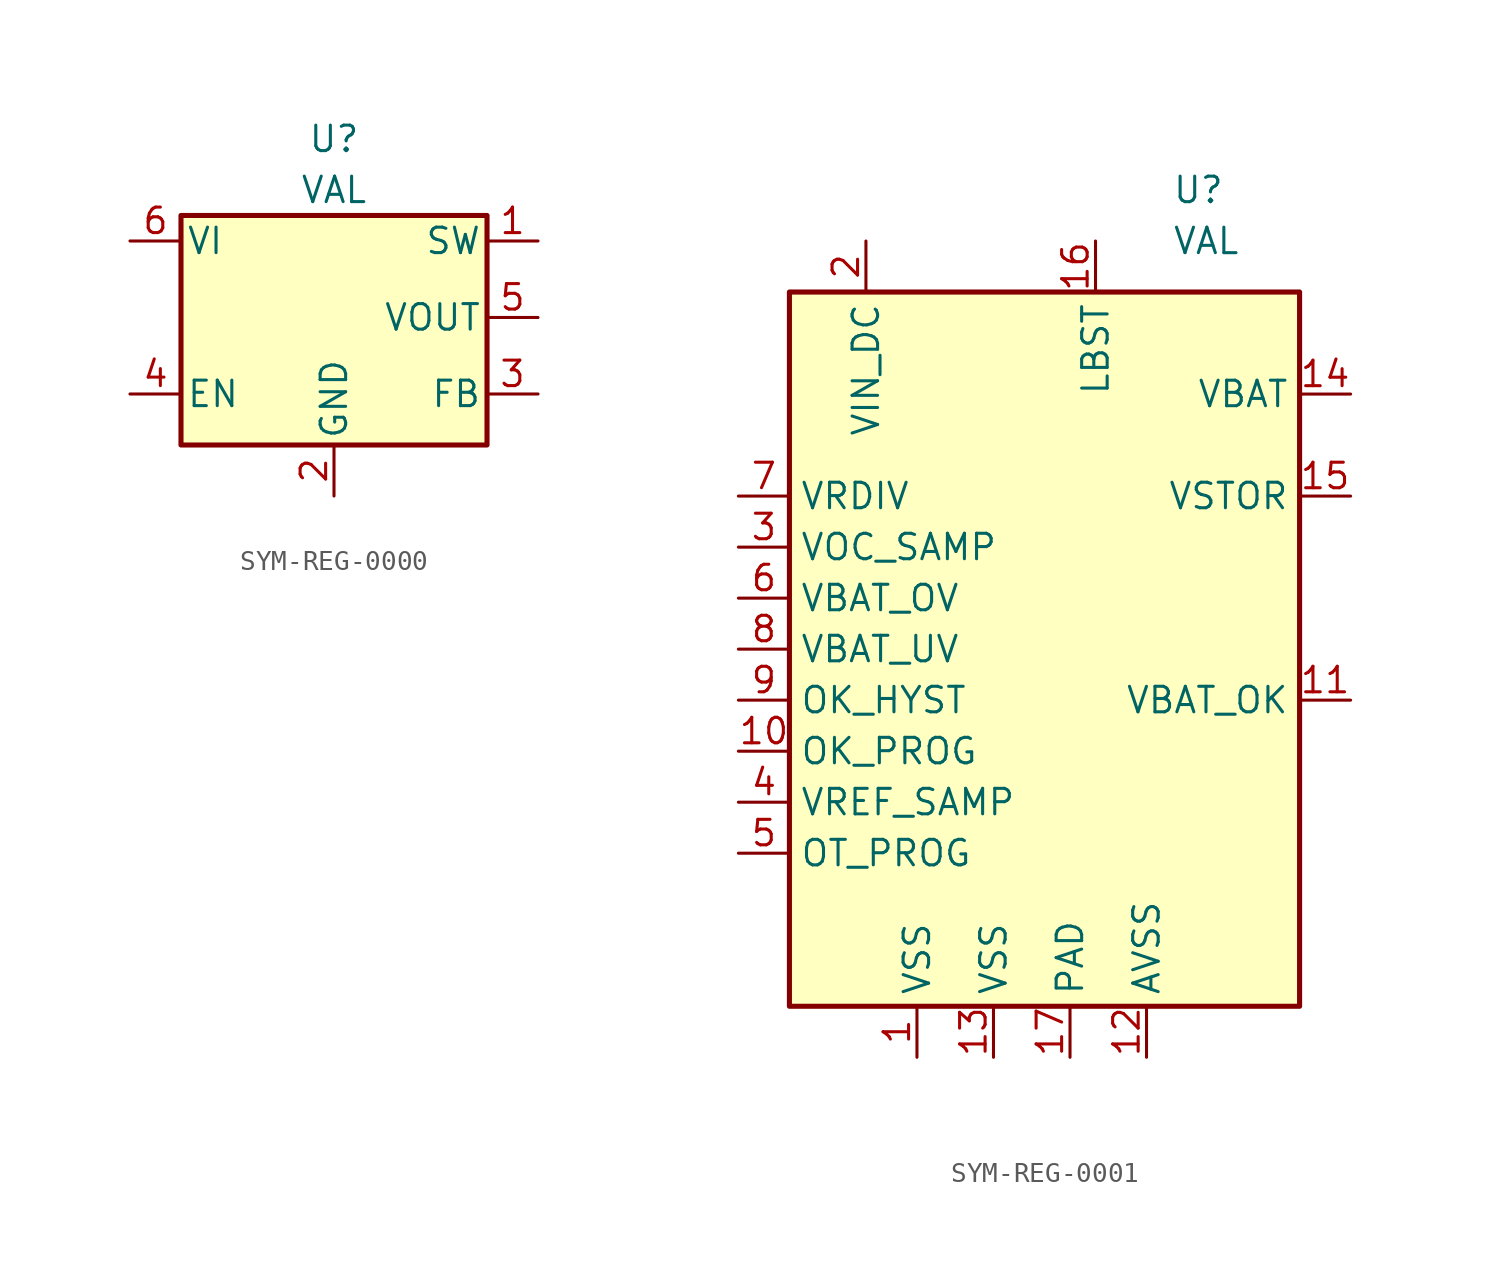
<source format=kicad_sym>
(kicad_symbol_lib
  (version 20241209)
  (generator "kicad_symbol_editor")
  (generator_version "9.0")
  (symbol "SYM-REG-0000"
    (pin_names
      (offset 0.254))
    (property "Reference" "U"
      (at 0 10.16 0)
      (effects (font (size 1.27 1.27))))
    (property "Value" "VAL"
      (at 0 7.62 0)
      (effects (font (size 1.27 1.27))))
    (symbol "SYM-REG-0000_0_1"
      (rectangle (start -7.62 6.35) (end 7.62 -5.08) (stroke (width 0.254) (type default)) (fill (type background))))
    (symbol "SYM-REG-0000_1_1"
      (pin power_in line (at -10.16 5.08 0) (length 2.54) (name "VI" (effects (font (size 1.27 1.27)))) (number "6" (effects (font (size 1.27 1.27)))))
      (pin input line (at -10.16 -2.54 0) (length 2.54) (name "EN" (effects (font (size 1.27 1.27)))) (number "4" (effects (font (size 1.27 1.27)))))
      (pin power_in line (at 0 -7.62 90) (length 2.54) (name "GND" (effects (font (size 1.27 1.27)))) (number "2" (effects (font (size 1.27 1.27)))))
      (pin power_in line (at 10.16 5.08 180) (length 2.54) (name "SW" (effects (font (size 1.27 1.27)))) (number "1" (effects (font (size 1.27 1.27)))))
      (pin power_out line (at 10.16 1.27 180) (length 2.54) (name "VOUT" (effects (font (size 1.27 1.27)))) (number "5" (effects (font (size 1.27 1.27)))))
      (pin input line (at 10.16 -2.54 180) (length 2.54) (name "FB" (effects (font (size 1.27 1.27)))) (number "3" (effects (font (size 1.27 1.27)))))))
  (symbol "SYM-REG-0001"
    (property "Reference" "U"
      (at 6.35 22.86 0)
      (effects (font (size 1.27 1.27)) (justify left)))
    (property "Value" "VAL"
      (at 6.35 20.32 0)
      (effects (font (size 1.27 1.27)) (justify left)))
    (symbol "SYM-REG-0001_0_1"
      (rectangle (start -12.7 17.78) (end 12.7 -17.78) (stroke (width 0.254) (type default)) (fill (type background))))
    (symbol "SYM-REG-0001_1_1"
      (pin output line (at -15.24 7.62 0) (length 2.54) (name "VRDIV" (effects (font (size 1.27 1.27)))) (number "7" (effects (font (size 1.27 1.27)))))
      (pin input line (at -15.24 5.08 0) (length 2.54) (name "VOC_SAMP" (effects (font (size 1.27 1.27)))) (number "3" (effects (font (size 1.27 1.27)))))
      (pin input line (at -15.24 2.54 0) (length 2.54) (name "VBAT_OV" (effects (font (size 1.27 1.27)))) (number "6" (effects (font (size 1.27 1.27)))))
      (pin input line (at -15.24 0 0) (length 2.54) (name "VBAT_UV" (effects (font (size 1.27 1.27)))) (number "8" (effects (font (size 1.27 1.27)))))
      (pin input line (at -15.24 -2.54 0) (length 2.54) (name "OK_HYST" (effects (font (size 1.27 1.27)))) (number "9" (effects (font (size 1.27 1.27)))))
      (pin input line (at -15.24 -5.08 0) (length 2.54) (name "OK_PROG" (effects (font (size 1.27 1.27)))) (number "10" (effects (font (size 1.27 1.27)))))
      (pin bidirectional line (at -15.24 -7.62 0) (length 2.54) (name "VREF_SAMP" (effects (font (size 1.27 1.27)))) (number "4" (effects (font (size 1.27 1.27)))))
      (pin input line (at -15.24 -10.16 0) (length 2.54) (name "OT_PROG" (effects (font (size 1.27 1.27)))) (number "5" (effects (font (size 1.27 1.27)))))
      (pin power_in line (at -8.89 20.32 270) (length 2.54) (name "VIN_DC" (effects (font (size 1.27 1.27)))) (number "2" (effects (font (size 1.27 1.27)))))
      (pin power_in line (at -6.35 -20.32 90) (length 2.54) (name "VSS" (effects (font (size 1.27 1.27)))) (number "1" (effects (font (size 1.27 1.27)))))
      (pin power_in line (at -2.54 -20.32 90) (length 2.54) (name "VSS" (effects (font (size 1.27 1.27)))) (number "13" (effects (font (size 1.27 1.27)))))
      (pin power_in line (at 1.27 -20.32 90) (length 2.54) (name "PAD" (effects (font (size 1.27 1.27)))) (number "17" (effects (font (size 1.27 1.27)))))
      (pin bidirectional line (at 2.54 20.32 270) (length 2.54) (name "LBST" (effects (font (size 1.27 1.27)))) (number "16" (effects (font (size 1.27 1.27)))))
      (pin power_in line (at 5.08 -20.32 90) (length 2.54) (name "AVSS" (effects (font (size 1.27 1.27)))) (number "12" (effects (font (size 1.27 1.27)))))
      (pin power_out line (at 15.24 12.7 180) (length 2.54) (name "VBAT" (effects (font (size 1.27 1.27)))) (number "14" (effects (font (size 1.27 1.27)))))
      (pin power_out line (at 15.24 7.62 180) (length 2.54) (name "VSTOR" (effects (font (size 1.27 1.27)))) (number "15" (effects (font (size 1.27 1.27)))))
      (pin output line (at 15.24 -2.54 180) (length 2.54) (name "VBAT_OK" (effects (font (size 1.27 1.27)))) (number "11" (effects (font (size 1.27 1.27))))))))
</source>
